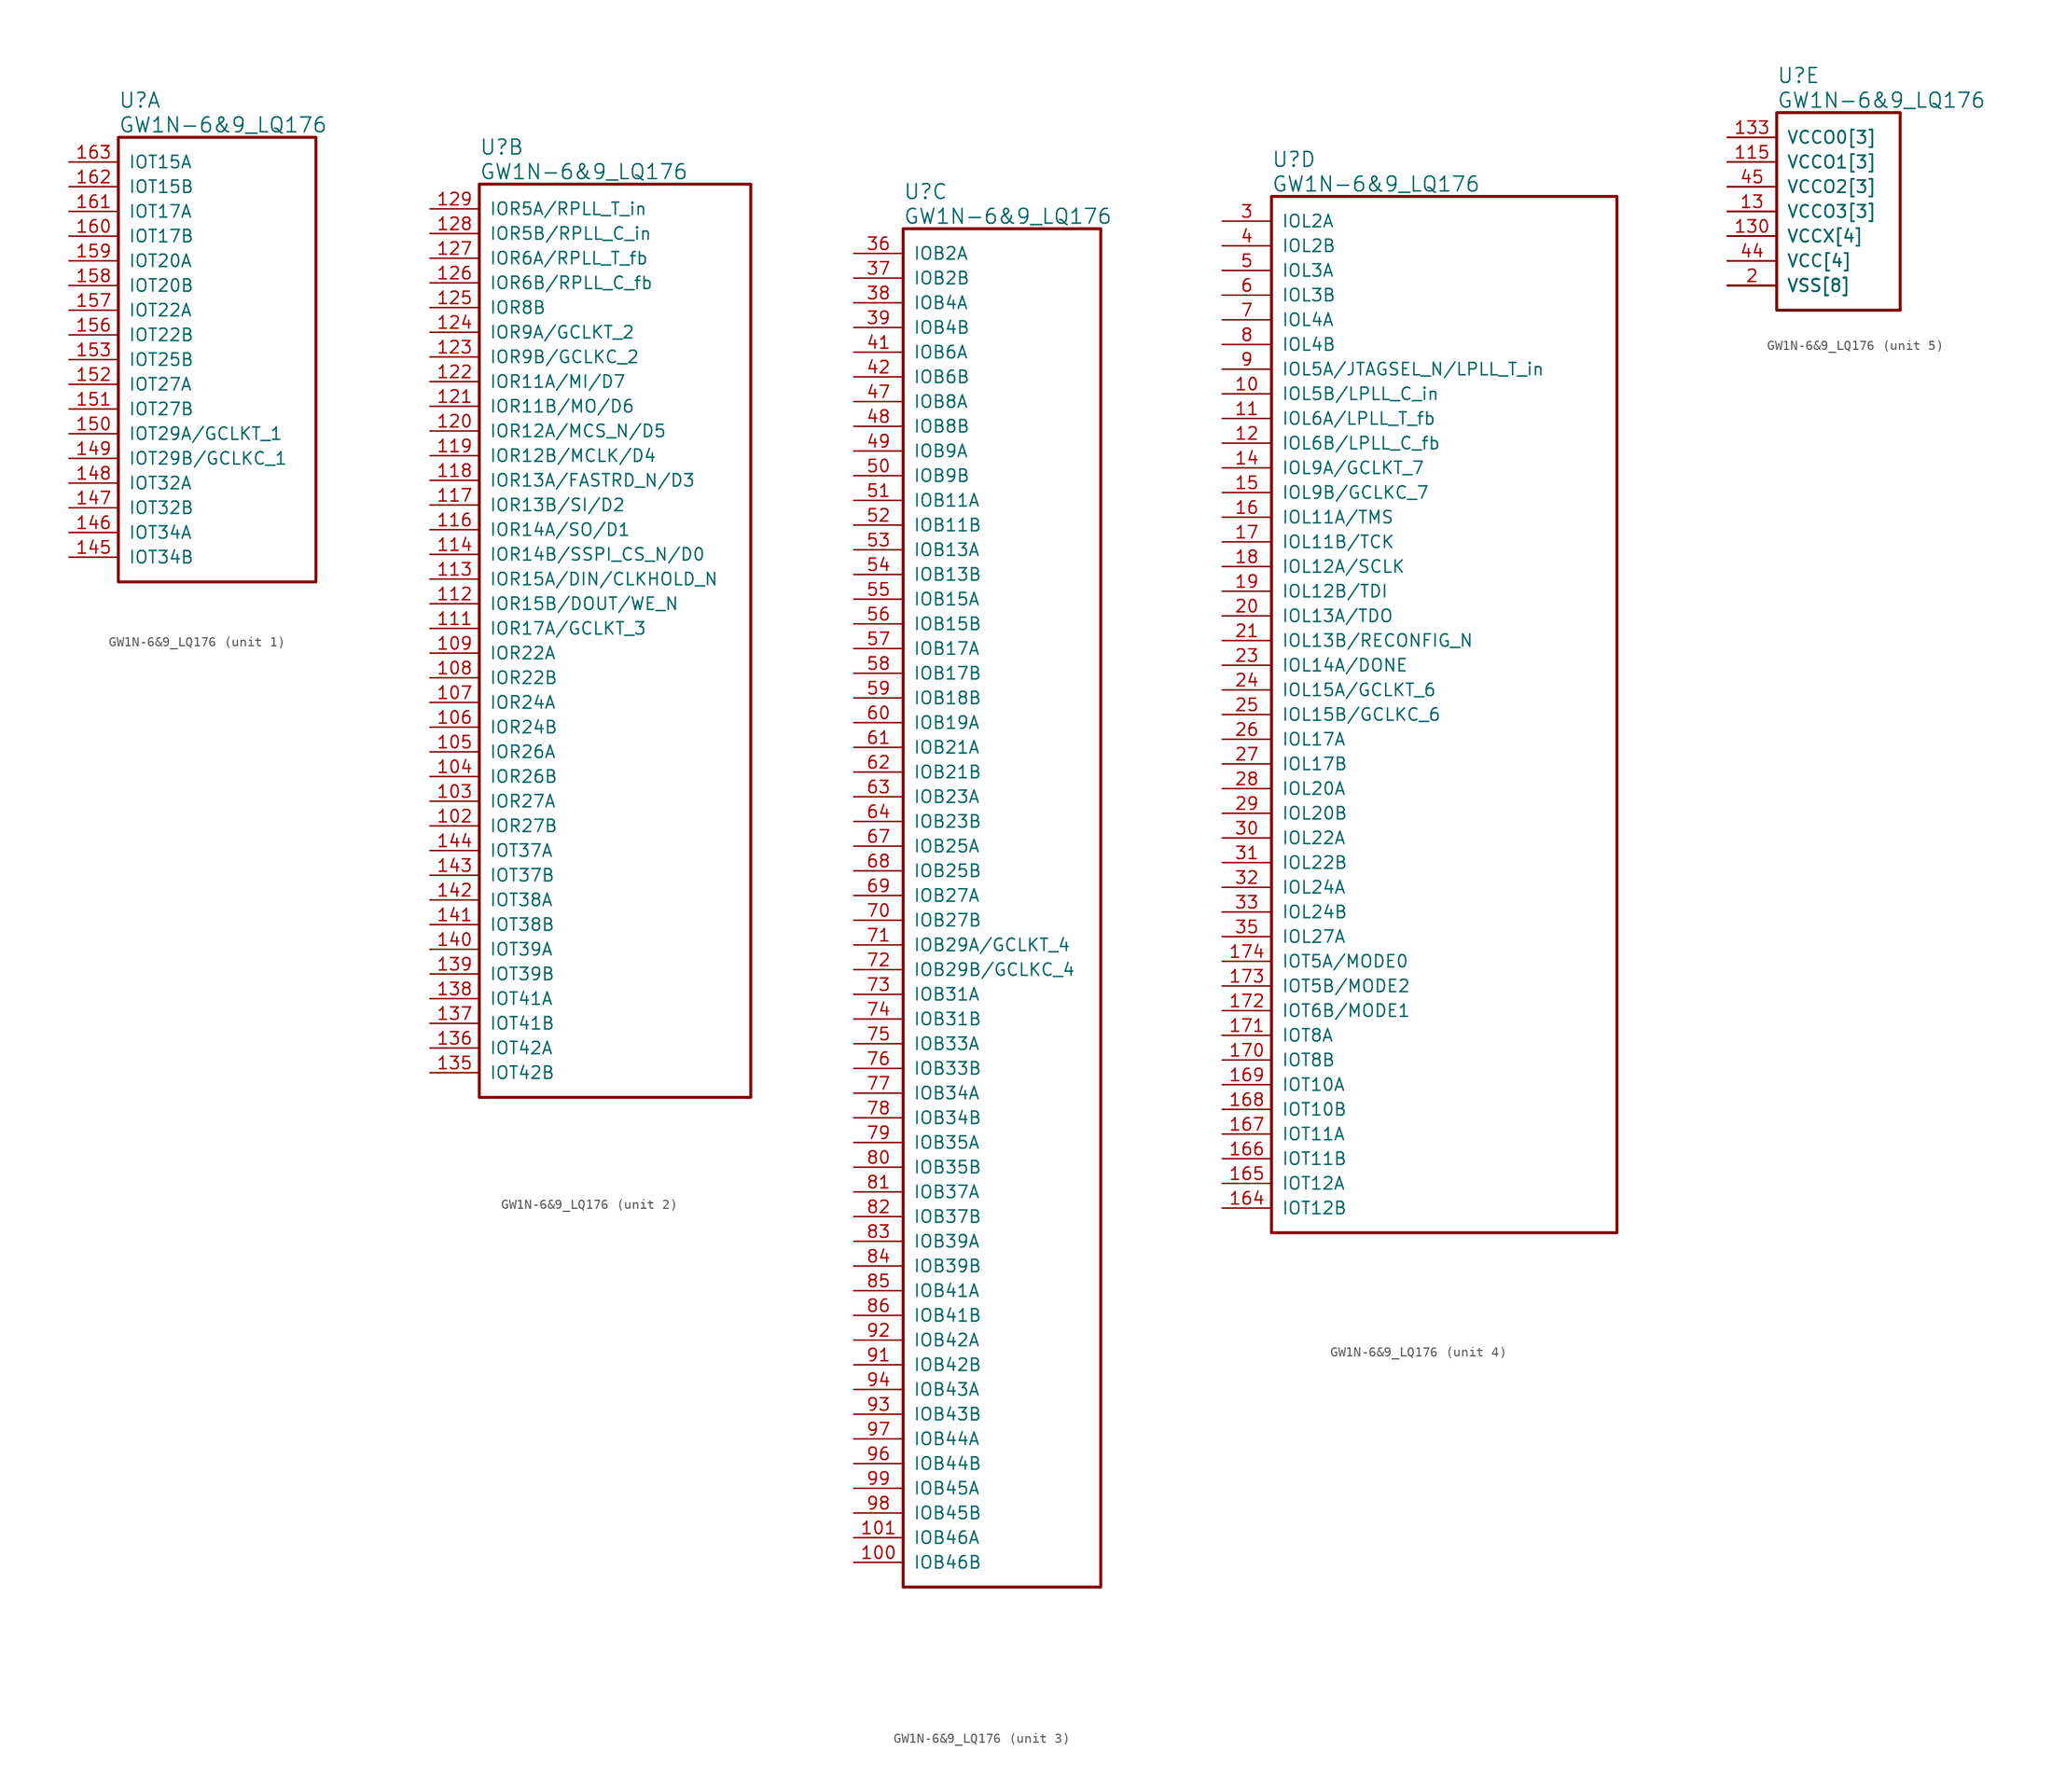
<source format=kicad_sym>
(kicad_symbol_lib
  (version 20241209)
  (generator "kicad_symbol_editor")
  (generator_version "9.0")
  (symbol "GW1N-6&9_LQ176"
    (pin_names
      (offset 1.016))
    (property "Reference" "U"
      (at 5.08 6.35 0)
      (effects (font (size 1.524 1.524)) (justify left)))
    (property "Value" "GW1N-6&9_LQ176"
      (at 5.08 3.81 0)
      (effects (font (size 1.524 1.524)) (justify left)))
    (property "ki_locked" ""
      (at 0 0 0)
      (effects (font (size 1.27 1.27))))
    (symbol "GW1N-6&9_LQ176_1_1"
      (rectangle (start 5.08 2.54) (end 25.4 -43.18) (stroke (width 0.305) (type solid)) (fill (type none)))
      (pin bidirectional line (at 0 0 0) (length 5.08) (name "IOT15A" (effects (font (size 1.27 1.27)))) (number "163" (effects (font (size 1.27 1.27)))))
      (pin bidirectional line (at 0 -2.54 0) (length 5.08) (name "IOT15B" (effects (font (size 1.27 1.27)))) (number "162" (effects (font (size 1.27 1.27)))))
      (pin bidirectional line (at 0 -5.08 0) (length 5.08) (name "IOT17A" (effects (font (size 1.27 1.27)))) (number "161" (effects (font (size 1.27 1.27)))))
      (pin bidirectional line (at 0 -7.62 0) (length 5.08) (name "IOT17B" (effects (font (size 1.27 1.27)))) (number "160" (effects (font (size 1.27 1.27)))))
      (pin bidirectional line (at 0 -10.16 0) (length 5.08) (name "IOT20A" (effects (font (size 1.27 1.27)))) (number "159" (effects (font (size 1.27 1.27)))))
      (pin bidirectional line (at 0 -12.7 0) (length 5.08) (name "IOT20B" (effects (font (size 1.27 1.27)))) (number "158" (effects (font (size 1.27 1.27)))))
      (pin bidirectional line (at 0 -15.24 0) (length 5.08) (name "IOT22A" (effects (font (size 1.27 1.27)))) (number "157" (effects (font (size 1.27 1.27)))))
      (pin bidirectional line (at 0 -17.78 0) (length 5.08) (name "IOT22B" (effects (font (size 1.27 1.27)))) (number "156" (effects (font (size 1.27 1.27)))))
      (pin bidirectional line (at 0 -20.32 0) (length 5.08) (name "IOT25B" (effects (font (size 1.27 1.27)))) (number "153" (effects (font (size 1.27 1.27)))))
      (pin bidirectional line (at 0 -22.86 0) (length 5.08) (name "IOT27A" (effects (font (size 1.27 1.27)))) (number "152" (effects (font (size 1.27 1.27)))))
      (pin bidirectional line (at 0 -25.4 0) (length 5.08) (name "IOT27B" (effects (font (size 1.27 1.27)))) (number "151" (effects (font (size 1.27 1.27)))))
      (pin bidirectional line (at 0 -27.94 0) (length 5.08) (name "IOT29A/GCLKT_1" (effects (font (size 1.27 1.27)))) (number "150" (effects (font (size 1.27 1.27)))))
      (pin bidirectional line (at 0 -30.48 0) (length 5.08) (name "IOT29B/GCLKC_1" (effects (font (size 1.27 1.27)))) (number "149" (effects (font (size 1.27 1.27)))))
      (pin bidirectional line (at 0 -33.02 0) (length 5.08) (name "IOT32A" (effects (font (size 1.27 1.27)))) (number "148" (effects (font (size 1.27 1.27)))))
      (pin bidirectional line (at 0 -35.56 0) (length 5.08) (name "IOT32B" (effects (font (size 1.27 1.27)))) (number "147" (effects (font (size 1.27 1.27)))))
      (pin bidirectional line (at 0 -38.1 0) (length 5.08) (name "IOT34A" (effects (font (size 1.27 1.27)))) (number "146" (effects (font (size 1.27 1.27)))))
      (pin bidirectional line (at 0 -40.64 0) (length 5.08) (name "IOT34B" (effects (font (size 1.27 1.27)))) (number "145" (effects (font (size 1.27 1.27))))))
    (symbol "GW1N-6&9_LQ176_2_1"
      (rectangle (start 5.08 2.54) (end 33.02 -91.44) (stroke (width 0.305) (type solid)) (fill (type none)))
      (pin bidirectional line (at 0 0 0) (length 5.08) (name "IOR5A/RPLL_T_in" (effects (font (size 1.27 1.27)))) (number "129" (effects (font (size 1.27 1.27)))))
      (pin bidirectional line (at 0 -2.54 0) (length 5.08) (name "IOR5B/RPLL_C_in" (effects (font (size 1.27 1.27)))) (number "128" (effects (font (size 1.27 1.27)))))
      (pin bidirectional line (at 0 -5.08 0) (length 5.08) (name "IOR6A/RPLL_T_fb" (effects (font (size 1.27 1.27)))) (number "127" (effects (font (size 1.27 1.27)))))
      (pin bidirectional line (at 0 -7.62 0) (length 5.08) (name "IOR6B/RPLL_C_fb" (effects (font (size 1.27 1.27)))) (number "126" (effects (font (size 1.27 1.27)))))
      (pin bidirectional line (at 0 -10.16 0) (length 5.08) (name "IOR8B" (effects (font (size 1.27 1.27)))) (number "125" (effects (font (size 1.27 1.27)))))
      (pin bidirectional line (at 0 -12.7 0) (length 5.08) (name "IOR9A/GCLKT_2" (effects (font (size 1.27 1.27)))) (number "124" (effects (font (size 1.27 1.27)))))
      (pin bidirectional line (at 0 -15.24 0) (length 5.08) (name "IOR9B/GCLKC_2" (effects (font (size 1.27 1.27)))) (number "123" (effects (font (size 1.27 1.27)))))
      (pin bidirectional line (at 0 -17.78 0) (length 5.08) (name "IOR11A/MI/D7" (effects (font (size 1.27 1.27)))) (number "122" (effects (font (size 1.27 1.27)))))
      (pin bidirectional line (at 0 -20.32 0) (length 5.08) (name "IOR11B/MO/D6" (effects (font (size 1.27 1.27)))) (number "121" (effects (font (size 1.27 1.27)))))
      (pin bidirectional line (at 0 -22.86 0) (length 5.08) (name "IOR12A/MCS_N/D5" (effects (font (size 1.27 1.27)))) (number "120" (effects (font (size 1.27 1.27)))))
      (pin bidirectional line (at 0 -25.4 0) (length 5.08) (name "IOR12B/MCLK/D4" (effects (font (size 1.27 1.27)))) (number "119" (effects (font (size 1.27 1.27)))))
      (pin bidirectional line (at 0 -27.94 0) (length 5.08) (name "IOR13A/FASTRD_N/D3" (effects (font (size 1.27 1.27)))) (number "118" (effects (font (size 1.27 1.27)))))
      (pin bidirectional line (at 0 -30.48 0) (length 5.08) (name "IOR13B/SI/D2" (effects (font (size 1.27 1.27)))) (number "117" (effects (font (size 1.27 1.27)))))
      (pin bidirectional line (at 0 -33.02 0) (length 5.08) (name "IOR14A/SO/D1" (effects (font (size 1.27 1.27)))) (number "116" (effects (font (size 1.27 1.27)))))
      (pin bidirectional line (at 0 -35.56 0) (length 5.08) (name "IOR14B/SSPI_CS_N/D0" (effects (font (size 1.27 1.27)))) (number "114" (effects (font (size 1.27 1.27)))))
      (pin bidirectional line (at 0 -38.1 0) (length 5.08) (name "IOR15A/DIN/CLKHOLD_N" (effects (font (size 1.27 1.27)))) (number "113" (effects (font (size 1.27 1.27)))))
      (pin bidirectional line (at 0 -40.64 0) (length 5.08) (name "IOR15B/DOUT/WE_N" (effects (font (size 1.27 1.27)))) (number "112" (effects (font (size 1.27 1.27)))))
      (pin bidirectional line (at 0 -43.18 0) (length 5.08) (name "IOR17A/GCLKT_3" (effects (font (size 1.27 1.27)))) (number "111" (effects (font (size 1.27 1.27)))))
      (pin bidirectional line (at 0 -45.72 0) (length 5.08) (name "IOR22A" (effects (font (size 1.27 1.27)))) (number "109" (effects (font (size 1.27 1.27)))))
      (pin bidirectional line (at 0 -48.26 0) (length 5.08) (name "IOR22B" (effects (font (size 1.27 1.27)))) (number "108" (effects (font (size 1.27 1.27)))))
      (pin bidirectional line (at 0 -50.8 0) (length 5.08) (name "IOR24A" (effects (font (size 1.27 1.27)))) (number "107" (effects (font (size 1.27 1.27)))))
      (pin bidirectional line (at 0 -53.34 0) (length 5.08) (name "IOR24B" (effects (font (size 1.27 1.27)))) (number "106" (effects (font (size 1.27 1.27)))))
      (pin bidirectional line (at 0 -55.88 0) (length 5.08) (name "IOR26A" (effects (font (size 1.27 1.27)))) (number "105" (effects (font (size 1.27 1.27)))))
      (pin bidirectional line (at 0 -58.42 0) (length 5.08) (name "IOR26B" (effects (font (size 1.27 1.27)))) (number "104" (effects (font (size 1.27 1.27)))))
      (pin bidirectional line (at 0 -60.96 0) (length 5.08) (name "IOR27A" (effects (font (size 1.27 1.27)))) (number "103" (effects (font (size 1.27 1.27)))))
      (pin bidirectional line (at 0 -63.5 0) (length 5.08) (name "IOR27B" (effects (font (size 1.27 1.27)))) (number "102" (effects (font (size 1.27 1.27)))))
      (pin bidirectional line (at 0 -66.04 0) (length 5.08) (name "IOT37A" (effects (font (size 1.27 1.27)))) (number "144" (effects (font (size 1.27 1.27)))))
      (pin bidirectional line (at 0 -68.58 0) (length 5.08) (name "IOT37B" (effects (font (size 1.27 1.27)))) (number "143" (effects (font (size 1.27 1.27)))))
      (pin bidirectional line (at 0 -71.12 0) (length 5.08) (name "IOT38A" (effects (font (size 1.27 1.27)))) (number "142" (effects (font (size 1.27 1.27)))))
      (pin bidirectional line (at 0 -73.66 0) (length 5.08) (name "IOT38B" (effects (font (size 1.27 1.27)))) (number "141" (effects (font (size 1.27 1.27)))))
      (pin bidirectional line (at 0 -76.2 0) (length 5.08) (name "IOT39A" (effects (font (size 1.27 1.27)))) (number "140" (effects (font (size 1.27 1.27)))))
      (pin bidirectional line (at 0 -78.74 0) (length 5.08) (name "IOT39B" (effects (font (size 1.27 1.27)))) (number "139" (effects (font (size 1.27 1.27)))))
      (pin bidirectional line (at 0 -81.28 0) (length 5.08) (name "IOT41A" (effects (font (size 1.27 1.27)))) (number "138" (effects (font (size 1.27 1.27)))))
      (pin bidirectional line (at 0 -83.82 0) (length 5.08) (name "IOT41B" (effects (font (size 1.27 1.27)))) (number "137" (effects (font (size 1.27 1.27)))))
      (pin bidirectional line (at 0 -86.36 0) (length 5.08) (name "IOT42A" (effects (font (size 1.27 1.27)))) (number "136" (effects (font (size 1.27 1.27)))))
      (pin bidirectional line (at 0 -88.9 0) (length 5.08) (name "IOT42B" (effects (font (size 1.27 1.27)))) (number "135" (effects (font (size 1.27 1.27))))))
    (symbol "GW1N-6&9_LQ176_3_1"
      (rectangle (start 5.08 2.54) (end 25.4 -137.16) (stroke (width 0.305) (type solid)) (fill (type none)))
      (pin bidirectional line (at 0 0 0) (length 5.08) (name "IOB2A" (effects (font (size 1.27 1.27)))) (number "36" (effects (font (size 1.27 1.27)))))
      (pin bidirectional line (at 0 -2.54 0) (length 5.08) (name "IOB2B" (effects (font (size 1.27 1.27)))) (number "37" (effects (font (size 1.27 1.27)))))
      (pin bidirectional line (at 0 -5.08 0) (length 5.08) (name "IOB4A" (effects (font (size 1.27 1.27)))) (number "38" (effects (font (size 1.27 1.27)))))
      (pin bidirectional line (at 0 -7.62 0) (length 5.08) (name "IOB4B" (effects (font (size 1.27 1.27)))) (number "39" (effects (font (size 1.27 1.27)))))
      (pin bidirectional line (at 0 -10.16 0) (length 5.08) (name "IOB6A" (effects (font (size 1.27 1.27)))) (number "41" (effects (font (size 1.27 1.27)))))
      (pin bidirectional line (at 0 -12.7 0) (length 5.08) (name "IOB6B" (effects (font (size 1.27 1.27)))) (number "42" (effects (font (size 1.27 1.27)))))
      (pin bidirectional line (at 0 -15.24 0) (length 5.08) (name "IOB8A" (effects (font (size 1.27 1.27)))) (number "47" (effects (font (size 1.27 1.27)))))
      (pin bidirectional line (at 0 -17.78 0) (length 5.08) (name "IOB8B" (effects (font (size 1.27 1.27)))) (number "48" (effects (font (size 1.27 1.27)))))
      (pin bidirectional line (at 0 -20.32 0) (length 5.08) (name "IOB9A" (effects (font (size 1.27 1.27)))) (number "49" (effects (font (size 1.27 1.27)))))
      (pin bidirectional line (at 0 -22.86 0) (length 5.08) (name "IOB9B" (effects (font (size 1.27 1.27)))) (number "50" (effects (font (size 1.27 1.27)))))
      (pin bidirectional line (at 0 -25.4 0) (length 5.08) (name "IOB11A" (effects (font (size 1.27 1.27)))) (number "51" (effects (font (size 1.27 1.27)))))
      (pin bidirectional line (at 0 -27.94 0) (length 5.08) (name "IOB11B" (effects (font (size 1.27 1.27)))) (number "52" (effects (font (size 1.27 1.27)))))
      (pin bidirectional line (at 0 -30.48 0) (length 5.08) (name "IOB13A" (effects (font (size 1.27 1.27)))) (number "53" (effects (font (size 1.27 1.27)))))
      (pin bidirectional line (at 0 -33.02 0) (length 5.08) (name "IOB13B" (effects (font (size 1.27 1.27)))) (number "54" (effects (font (size 1.27 1.27)))))
      (pin bidirectional line (at 0 -35.56 0) (length 5.08) (name "IOB15A" (effects (font (size 1.27 1.27)))) (number "55" (effects (font (size 1.27 1.27)))))
      (pin bidirectional line (at 0 -38.1 0) (length 5.08) (name "IOB15B" (effects (font (size 1.27 1.27)))) (number "56" (effects (font (size 1.27 1.27)))))
      (pin bidirectional line (at 0 -40.64 0) (length 5.08) (name "IOB17A" (effects (font (size 1.27 1.27)))) (number "57" (effects (font (size 1.27 1.27)))))
      (pin bidirectional line (at 0 -43.18 0) (length 5.08) (name "IOB17B" (effects (font (size 1.27 1.27)))) (number "58" (effects (font (size 1.27 1.27)))))
      (pin bidirectional line (at 0 -45.72 0) (length 5.08) (name "IOB18B" (effects (font (size 1.27 1.27)))) (number "59" (effects (font (size 1.27 1.27)))))
      (pin bidirectional line (at 0 -48.26 0) (length 5.08) (name "IOB19A" (effects (font (size 1.27 1.27)))) (number "60" (effects (font (size 1.27 1.27)))))
      (pin bidirectional line (at 0 -50.8 0) (length 5.08) (name "IOB21A" (effects (font (size 1.27 1.27)))) (number "61" (effects (font (size 1.27 1.27)))))
      (pin bidirectional line (at 0 -53.34 0) (length 5.08) (name "IOB21B" (effects (font (size 1.27 1.27)))) (number "62" (effects (font (size 1.27 1.27)))))
      (pin bidirectional line (at 0 -55.88 0) (length 5.08) (name "IOB23A" (effects (font (size 1.27 1.27)))) (number "63" (effects (font (size 1.27 1.27)))))
      (pin bidirectional line (at 0 -58.42 0) (length 5.08) (name "IOB23B" (effects (font (size 1.27 1.27)))) (number "64" (effects (font (size 1.27 1.27)))))
      (pin bidirectional line (at 0 -60.96 0) (length 5.08) (name "IOB25A" (effects (font (size 1.27 1.27)))) (number "67" (effects (font (size 1.27 1.27)))))
      (pin bidirectional line (at 0 -63.5 0) (length 5.08) (name "IOB25B" (effects (font (size 1.27 1.27)))) (number "68" (effects (font (size 1.27 1.27)))))
      (pin bidirectional line (at 0 -66.04 0) (length 5.08) (name "IOB27A" (effects (font (size 1.27 1.27)))) (number "69" (effects (font (size 1.27 1.27)))))
      (pin bidirectional line (at 0 -68.58 0) (length 5.08) (name "IOB27B" (effects (font (size 1.27 1.27)))) (number "70" (effects (font (size 1.27 1.27)))))
      (pin bidirectional line (at 0 -71.12 0) (length 5.08) (name "IOB29A/GCLKT_4" (effects (font (size 1.27 1.27)))) (number "71" (effects (font (size 1.27 1.27)))))
      (pin bidirectional line (at 0 -73.66 0) (length 5.08) (name "IOB29B/GCLKC_4" (effects (font (size 1.27 1.27)))) (number "72" (effects (font (size 1.27 1.27)))))
      (pin bidirectional line (at 0 -76.2 0) (length 5.08) (name "IOB31A" (effects (font (size 1.27 1.27)))) (number "73" (effects (font (size 1.27 1.27)))))
      (pin bidirectional line (at 0 -78.74 0) (length 5.08) (name "IOB31B" (effects (font (size 1.27 1.27)))) (number "74" (effects (font (size 1.27 1.27)))))
      (pin bidirectional line (at 0 -81.28 0) (length 5.08) (name "IOB33A" (effects (font (size 1.27 1.27)))) (number "75" (effects (font (size 1.27 1.27)))))
      (pin bidirectional line (at 0 -83.82 0) (length 5.08) (name "IOB33B" (effects (font (size 1.27 1.27)))) (number "76" (effects (font (size 1.27 1.27)))))
      (pin bidirectional line (at 0 -86.36 0) (length 5.08) (name "IOB34A" (effects (font (size 1.27 1.27)))) (number "77" (effects (font (size 1.27 1.27)))))
      (pin bidirectional line (at 0 -88.9 0) (length 5.08) (name "IOB34B" (effects (font (size 1.27 1.27)))) (number "78" (effects (font (size 1.27 1.27)))))
      (pin bidirectional line (at 0 -91.44 0) (length 5.08) (name "IOB35A" (effects (font (size 1.27 1.27)))) (number "79" (effects (font (size 1.27 1.27)))))
      (pin bidirectional line (at 0 -93.98 0) (length 5.08) (name "IOB35B" (effects (font (size 1.27 1.27)))) (number "80" (effects (font (size 1.27 1.27)))))
      (pin bidirectional line (at 0 -96.52 0) (length 5.08) (name "IOB37A" (effects (font (size 1.27 1.27)))) (number "81" (effects (font (size 1.27 1.27)))))
      (pin bidirectional line (at 0 -99.06 0) (length 5.08) (name "IOB37B" (effects (font (size 1.27 1.27)))) (number "82" (effects (font (size 1.27 1.27)))))
      (pin bidirectional line (at 0 -101.6 0) (length 5.08) (name "IOB39A" (effects (font (size 1.27 1.27)))) (number "83" (effects (font (size 1.27 1.27)))))
      (pin bidirectional line (at 0 -104.14 0) (length 5.08) (name "IOB39B" (effects (font (size 1.27 1.27)))) (number "84" (effects (font (size 1.27 1.27)))))
      (pin bidirectional line (at 0 -106.68 0) (length 5.08) (name "IOB41A" (effects (font (size 1.27 1.27)))) (number "85" (effects (font (size 1.27 1.27)))))
      (pin bidirectional line (at 0 -109.22 0) (length 5.08) (name "IOB41B" (effects (font (size 1.27 1.27)))) (number "86" (effects (font (size 1.27 1.27)))))
      (pin bidirectional line (at 0 -111.76 0) (length 5.08) (name "IOB42A" (effects (font (size 1.27 1.27)))) (number "92" (effects (font (size 1.27 1.27)))))
      (pin bidirectional line (at 0 -114.3 0) (length 5.08) (name "IOB42B" (effects (font (size 1.27 1.27)))) (number "91" (effects (font (size 1.27 1.27)))))
      (pin bidirectional line (at 0 -116.84 0) (length 5.08) (name "IOB43A" (effects (font (size 1.27 1.27)))) (number "94" (effects (font (size 1.27 1.27)))))
      (pin bidirectional line (at 0 -119.38 0) (length 5.08) (name "IOB43B" (effects (font (size 1.27 1.27)))) (number "93" (effects (font (size 1.27 1.27)))))
      (pin bidirectional line (at 0 -121.92 0) (length 5.08) (name "IOB44A" (effects (font (size 1.27 1.27)))) (number "97" (effects (font (size 1.27 1.27)))))
      (pin bidirectional line (at 0 -124.46 0) (length 5.08) (name "IOB44B" (effects (font (size 1.27 1.27)))) (number "96" (effects (font (size 1.27 1.27)))))
      (pin bidirectional line (at 0 -127 0) (length 5.08) (name "IOB45A" (effects (font (size 1.27 1.27)))) (number "99" (effects (font (size 1.27 1.27)))))
      (pin bidirectional line (at 0 -129.54 0) (length 5.08) (name "IOB45B" (effects (font (size 1.27 1.27)))) (number "98" (effects (font (size 1.27 1.27)))))
      (pin bidirectional line (at 0 -132.08 0) (length 5.08) (name "IOB46A" (effects (font (size 1.27 1.27)))) (number "101" (effects (font (size 1.27 1.27)))))
      (pin bidirectional line (at 0 -134.62 0) (length 5.08) (name "IOB46B" (effects (font (size 1.27 1.27)))) (number "100" (effects (font (size 1.27 1.27))))))
    (symbol "GW1N-6&9_LQ176_4_1"
      (rectangle (start 5.08 2.54) (end 40.64 -104.14) (stroke (width 0.305) (type solid)) (fill (type none)))
      (pin bidirectional line (at 0 0 0) (length 5.08) (name "IOL2A" (effects (font (size 1.27 1.27)))) (number "3" (effects (font (size 1.27 1.27)))))
      (pin bidirectional line (at 0 -2.54 0) (length 5.08) (name "IOL2B" (effects (font (size 1.27 1.27)))) (number "4" (effects (font (size 1.27 1.27)))))
      (pin bidirectional line (at 0 -5.08 0) (length 5.08) (name "IOL3A" (effects (font (size 1.27 1.27)))) (number "5" (effects (font (size 1.27 1.27)))))
      (pin bidirectional line (at 0 -7.62 0) (length 5.08) (name "IOL3B" (effects (font (size 1.27 1.27)))) (number "6" (effects (font (size 1.27 1.27)))))
      (pin bidirectional line (at 0 -10.16 0) (length 5.08) (name "IOL4A" (effects (font (size 1.27 1.27)))) (number "7" (effects (font (size 1.27 1.27)))))
      (pin bidirectional line (at 0 -12.7 0) (length 5.08) (name "IOL4B" (effects (font (size 1.27 1.27)))) (number "8" (effects (font (size 1.27 1.27)))))
      (pin bidirectional line (at 0 -15.24 0) (length 5.08) (name "IOL5A/JTAGSEL_N/LPLL_T_in" (effects (font (size 1.27 1.27)))) (number "9" (effects (font (size 1.27 1.27)))))
      (pin bidirectional line (at 0 -17.78 0) (length 5.08) (name "IOL5B/LPLL_C_in" (effects (font (size 1.27 1.27)))) (number "10" (effects (font (size 1.27 1.27)))))
      (pin bidirectional line (at 0 -20.32 0) (length 5.08) (name "IOL6A/LPLL_T_fb" (effects (font (size 1.27 1.27)))) (number "11" (effects (font (size 1.27 1.27)))))
      (pin bidirectional line (at 0 -22.86 0) (length 5.08) (name "IOL6B/LPLL_C_fb" (effects (font (size 1.27 1.27)))) (number "12" (effects (font (size 1.27 1.27)))))
      (pin bidirectional line (at 0 -25.4 0) (length 5.08) (name "IOL9A/GCLKT_7" (effects (font (size 1.27 1.27)))) (number "14" (effects (font (size 1.27 1.27)))))
      (pin bidirectional line (at 0 -27.94 0) (length 5.08) (name "IOL9B/GCLKC_7" (effects (font (size 1.27 1.27)))) (number "15" (effects (font (size 1.27 1.27)))))
      (pin bidirectional line (at 0 -30.48 0) (length 5.08) (name "IOL11A/TMS" (effects (font (size 1.27 1.27)))) (number "16" (effects (font (size 1.27 1.27)))))
      (pin bidirectional line (at 0 -33.02 0) (length 5.08) (name "IOL11B/TCK" (effects (font (size 1.27 1.27)))) (number "17" (effects (font (size 1.27 1.27)))))
      (pin bidirectional line (at 0 -35.56 0) (length 5.08) (name "IOL12A/SCLK" (effects (font (size 1.27 1.27)))) (number "18" (effects (font (size 1.27 1.27)))))
      (pin bidirectional line (at 0 -38.1 0) (length 5.08) (name "IOL12B/TDI" (effects (font (size 1.27 1.27)))) (number "19" (effects (font (size 1.27 1.27)))))
      (pin bidirectional line (at 0 -40.64 0) (length 5.08) (name "IOL13A/TDO" (effects (font (size 1.27 1.27)))) (number "20" (effects (font (size 1.27 1.27)))))
      (pin bidirectional line (at 0 -43.18 0) (length 5.08) (name "IOL13B/RECONFIG_N" (effects (font (size 1.27 1.27)))) (number "21" (effects (font (size 1.27 1.27)))))
      (pin bidirectional line (at 0 -45.72 0) (length 5.08) (name "IOL14A/DONE" (effects (font (size 1.27 1.27)))) (number "23" (effects (font (size 1.27 1.27)))))
      (pin bidirectional line (at 0 -48.26 0) (length 5.08) (name "IOL15A/GCLKT_6" (effects (font (size 1.27 1.27)))) (number "24" (effects (font (size 1.27 1.27)))))
      (pin bidirectional line (at 0 -50.8 0) (length 5.08) (name "IOL15B/GCLKC_6" (effects (font (size 1.27 1.27)))) (number "25" (effects (font (size 1.27 1.27)))))
      (pin bidirectional line (at 0 -53.34 0) (length 5.08) (name "IOL17A" (effects (font (size 1.27 1.27)))) (number "26" (effects (font (size 1.27 1.27)))))
      (pin bidirectional line (at 0 -55.88 0) (length 5.08) (name "IOL17B" (effects (font (size 1.27 1.27)))) (number "27" (effects (font (size 1.27 1.27)))))
      (pin bidirectional line (at 0 -58.42 0) (length 5.08) (name "IOL20A" (effects (font (size 1.27 1.27)))) (number "28" (effects (font (size 1.27 1.27)))))
      (pin bidirectional line (at 0 -60.96 0) (length 5.08) (name "IOL20B" (effects (font (size 1.27 1.27)))) (number "29" (effects (font (size 1.27 1.27)))))
      (pin bidirectional line (at 0 -63.5 0) (length 5.08) (name "IOL22A" (effects (font (size 1.27 1.27)))) (number "30" (effects (font (size 1.27 1.27)))))
      (pin bidirectional line (at 0 -66.04 0) (length 5.08) (name "IOL22B" (effects (font (size 1.27 1.27)))) (number "31" (effects (font (size 1.27 1.27)))))
      (pin bidirectional line (at 0 -68.58 0) (length 5.08) (name "IOL24A" (effects (font (size 1.27 1.27)))) (number "32" (effects (font (size 1.27 1.27)))))
      (pin bidirectional line (at 0 -71.12 0) (length 5.08) (name "IOL24B" (effects (font (size 1.27 1.27)))) (number "33" (effects (font (size 1.27 1.27)))))
      (pin bidirectional line (at 0 -73.66 0) (length 5.08) (name "IOL27A" (effects (font (size 1.27 1.27)))) (number "35" (effects (font (size 1.27 1.27)))))
      (pin bidirectional line (at 0 -76.2 0) (length 5.08) (name "IOT5A/MODE0" (effects (font (size 1.27 1.27)))) (number "174" (effects (font (size 1.27 1.27)))))
      (pin bidirectional line (at 0 -78.74 0) (length 5.08) (name "IOT5B/MODE2" (effects (font (size 1.27 1.27)))) (number "173" (effects (font (size 1.27 1.27)))))
      (pin bidirectional line (at 0 -81.28 0) (length 5.08) (name "IOT6B/MODE1" (effects (font (size 1.27 1.27)))) (number "172" (effects (font (size 1.27 1.27)))))
      (pin bidirectional line (at 0 -83.82 0) (length 5.08) (name "IOT8A" (effects (font (size 1.27 1.27)))) (number "171" (effects (font (size 1.27 1.27)))))
      (pin bidirectional line (at 0 -86.36 0) (length 5.08) (name "IOT8B" (effects (font (size 1.27 1.27)))) (number "170" (effects (font (size 1.27 1.27)))))
      (pin bidirectional line (at 0 -88.9 0) (length 5.08) (name "IOT10A" (effects (font (size 1.27 1.27)))) (number "169" (effects (font (size 1.27 1.27)))))
      (pin bidirectional line (at 0 -91.44 0) (length 5.08) (name "IOT10B" (effects (font (size 1.27 1.27)))) (number "168" (effects (font (size 1.27 1.27)))))
      (pin bidirectional line (at 0 -93.98 0) (length 5.08) (name "IOT11A" (effects (font (size 1.27 1.27)))) (number "167" (effects (font (size 1.27 1.27)))))
      (pin bidirectional line (at 0 -96.52 0) (length 5.08) (name "IOT11B" (effects (font (size 1.27 1.27)))) (number "166" (effects (font (size 1.27 1.27)))))
      (pin bidirectional line (at 0 -99.06 0) (length 5.08) (name "IOT12A" (effects (font (size 1.27 1.27)))) (number "165" (effects (font (size 1.27 1.27)))))
      (pin bidirectional line (at 0 -101.6 0) (length 5.08) (name "IOT12B" (effects (font (size 1.27 1.27)))) (number "164" (effects (font (size 1.27 1.27))))))
    (symbol "GW1N-6&9_LQ176_5_1"
      (rectangle (start 5.08 2.54) (end 17.78 -17.78) (stroke (width 0.305) (type solid)) (fill (type none)))
      (pin power_in line (at 0 0 0) (length 5.08) (name "VCCO0[3]" (effects (font (size 1.27 1.27)))) (number "133" (effects (font (size 1.27 1.27)))))
      (pin power_in line (at 0 0 0) (length 5.08) (name "VCCO0[3]" (effects (font (size 1.27 1.27)))) (number "155" (effects (font (size 0 0)))))
      (pin power_in line (at 0 0 0) (length 5.08) (name "VCCO0[3]" (effects (font (size 1.27 1.27)))) (number "176" (effects (font (size 0 0)))))
      (pin power_in line (at 0 -2.54 0) (length 5.08) (name "VCCO1[3]" (effects (font (size 1.27 1.27)))) (number "110" (effects (font (size 0 0)))))
      (pin power_in line (at 0 -2.54 0) (length 5.08) (name "VCCO1[3]" (effects (font (size 1.27 1.27)))) (number "115" (effects (font (size 1.27 1.27)))))
      (pin power_in line (at 0 -2.54 0) (length 5.08) (name "VCCO1[3]" (effects (font (size 1.27 1.27)))) (number "95" (effects (font (size 0 0)))))
      (pin power_in line (at 0 -5.08 0) (length 5.08) (name "VCCO2[3]" (effects (font (size 1.27 1.27)))) (number "45" (effects (font (size 1.27 1.27)))))
      (pin power_in line (at 0 -5.08 0) (length 5.08) (name "VCCO2[3]" (effects (font (size 1.27 1.27)))) (number "65" (effects (font (size 0 0)))))
      (pin power_in line (at 0 -5.08 0) (length 5.08) (name "VCCO2[3]" (effects (font (size 1.27 1.27)))) (number "88" (effects (font (size 0 0)))))
      (pin power_in line (at 0 -7.62 0) (length 5.08) (name "VCCO3[3]" (effects (font (size 1.27 1.27)))) (number "13" (effects (font (size 1.27 1.27)))))
      (pin power_in line (at 0 -7.62 0) (length 5.08) (name "VCCO3[3]" (effects (font (size 1.27 1.27)))) (number "22" (effects (font (size 0 0)))))
      (pin power_in line (at 0 -7.62 0) (length 5.08) (name "VCCO3[3]" (effects (font (size 1.27 1.27)))) (number "34" (effects (font (size 0 0)))))
      (pin power_in line (at 0 -10.16 0) (length 5.08) (name "VCCX[4]" (effects (font (size 1.27 1.27)))) (number "130" (effects (font (size 1.27 1.27)))))
      (pin power_in line (at 0 -10.16 0) (length 5.08) (name "VCCX[4]" (effects (font (size 1.27 1.27)))) (number "154" (effects (font (size 0 0)))))
      (pin power_in line (at 0 -10.16 0) (length 5.08) (name "VCCX[4]" (effects (font (size 1.27 1.27)))) (number "40" (effects (font (size 0 0)))))
      (pin power_in line (at 0 -10.16 0) (length 5.08) (name "VCCX[4]" (effects (font (size 1.27 1.27)))) (number "66" (effects (font (size 0 0)))))
      (pin power_in line (at 0 -12.7 0) (length 5.08) (name "VCC[4]" (effects (font (size 1.27 1.27)))) (number "1" (effects (font (size 0 0)))))
      (pin power_in line (at 0 -12.7 0) (length 5.08) (name "VCC[4]" (effects (font (size 1.27 1.27)))) (number "132" (effects (font (size 0 0)))))
      (pin power_in line (at 0 -12.7 0) (length 5.08) (name "VCC[4]" (effects (font (size 1.27 1.27)))) (number "44" (effects (font (size 1.27 1.27)))))
      (pin power_in line (at 0 -12.7 0) (length 5.08) (name "VCC[4]" (effects (font (size 1.27 1.27)))) (number "89" (effects (font (size 0 0)))))
      (pin power_in line (at 0 -15.24 0) (length 5.08) (name "VSS[8]" (effects (font (size 1.27 1.27)))) (number "131" (effects (font (size 0 0)))))
      (pin power_in line (at 0 -15.24 0) (length 5.08) (name "VSS[8]" (effects (font (size 1.27 1.27)))) (number "134" (effects (font (size 0 0)))))
      (pin power_in line (at 0 -15.24 0) (length 5.08) (name "VSS[8]" (effects (font (size 1.27 1.27)))) (number "175" (effects (font (size 0 0)))))
      (pin power_in line (at 0 -15.24 0) (length 5.08) (name "VSS[8]" (effects (font (size 1.27 1.27)))) (number "2" (effects (font (size 1.27 1.27)))))
      (pin power_in line (at 0 -15.24 0) (length 5.08) (name "VSS[8]" (effects (font (size 1.27 1.27)))) (number "43" (effects (font (size 0 0)))))
      (pin power_in line (at 0 -15.24 0) (length 5.08) (name "VSS[8]" (effects (font (size 1.27 1.27)))) (number "46" (effects (font (size 0 0)))))
      (pin power_in line (at 0 -15.24 0) (length 5.08) (name "VSS[8]" (effects (font (size 1.27 1.27)))) (number "87" (effects (font (size 0 0)))))
      (pin power_in line (at 0 -15.24 0) (length 5.08) (name "VSS[8]" (effects (font (size 1.27 1.27)))) (number "90" (effects (font (size 0 0))))))))
</source>
